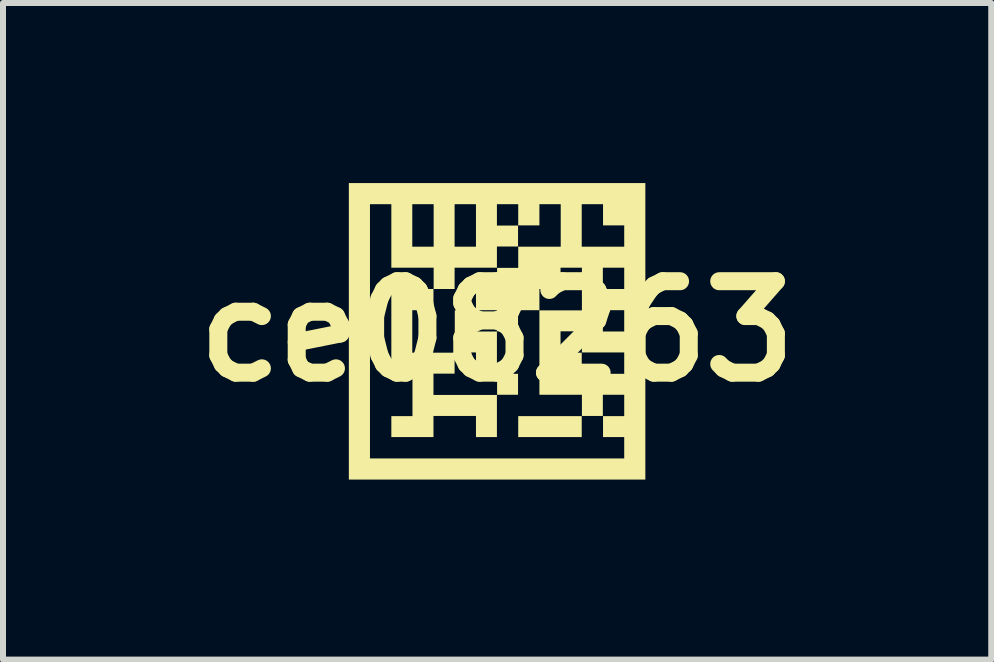
<source format=kicad_pcb>
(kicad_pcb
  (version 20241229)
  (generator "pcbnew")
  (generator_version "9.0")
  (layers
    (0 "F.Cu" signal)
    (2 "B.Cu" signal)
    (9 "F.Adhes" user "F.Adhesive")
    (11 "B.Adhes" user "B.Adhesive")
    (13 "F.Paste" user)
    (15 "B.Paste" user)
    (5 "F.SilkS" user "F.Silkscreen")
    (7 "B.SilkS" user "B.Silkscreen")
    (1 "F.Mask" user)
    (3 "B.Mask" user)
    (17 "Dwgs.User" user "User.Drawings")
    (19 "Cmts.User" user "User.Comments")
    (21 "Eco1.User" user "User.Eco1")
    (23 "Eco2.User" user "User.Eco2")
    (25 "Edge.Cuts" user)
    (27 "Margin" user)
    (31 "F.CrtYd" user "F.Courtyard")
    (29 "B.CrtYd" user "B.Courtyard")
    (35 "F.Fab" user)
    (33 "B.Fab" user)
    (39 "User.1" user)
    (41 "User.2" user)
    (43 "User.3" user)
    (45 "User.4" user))
  (footprint "ce08263"
    (layer "F.Cu")
    (at 5.232 2.47)
    (property "Reference" "ce08263" (at 0 0 0) (layer "F.SilkS") (effects (font (size 1.524 1.524) (thickness 0.3))))
    (attr through_hole)
    (fp_poly (pts (xy 0.349 1.057) (xy 0 1.057) (xy 0 0.708) (xy 0.349 0.708) (xy 0.349 1.057)) (stroke (width 0) (type solid)) (fill yes) (layer "F.SilkS"))
    (fp_poly (pts (xy 1.41 1.762) (xy 0.352 1.762) (xy 0.352 1.413) (xy 1.41 1.413) (xy 1.41 1.762)) (stroke (width 0) (type solid)) (fill yes) (layer "F.SilkS"))
    (fp_poly (pts (xy -0.356 0.003) (xy -0.003 0.003) (xy -0.003 0.705) (xy -0.352 0.705) (xy -0.352 0.352) (xy -0.705 0.352) (xy -0.705 -0.349) (xy -0.356 -0.349) (xy -0.356 0.003)) (stroke (width 0) (type solid)) (fill yes) (layer "F.SilkS"))
    (fp_poly (pts (xy -1.06 -0.352) (xy -1.413 -0.352) (xy -1.413 0.356) (xy -0.708 0.356) (xy -0.708 0.705) (xy -1.06 0.705) (xy -1.06 1.06) (xy -0.003 1.06) (xy -0.003 1.762) (xy -0.352 1.762) (xy -0.352 1.41) (xy -1.06 1.41) (xy -1.06 1.762) (xy -1.762 1.762) (xy -1.762 1.413) (xy -1.41 1.413) (xy -1.41 0.705) (xy -1.762 0.705) (xy -1.762 -0.705) (xy -1.06 -0.705) (xy -1.06 -0.352)) (stroke (width 0) (type solid)) (fill yes) (layer "F.SilkS"))
    (fp_poly (pts (xy 2.47 2.47) (xy -2.47 2.47) (xy -2.47 -2.118) (xy -2.118 -2.118) (xy -2.118 2.118) (xy 2.118 2.118) (xy 2.118 1.762) (xy 1.765 1.762) (xy 1.765 1.413) (xy 2.118 1.413) (xy 2.118 1.057) (xy 1.762 1.057) (xy 1.762 1.41) (xy 1.413 1.41) (xy 1.413 1.057) (xy 0.705 1.057) (xy 0.705 0) (xy 1.057 0) (xy 1.057 0.356) (xy 1.41 0.356) (xy 1.41 0.708) (xy 2.118 0.708) (xy 2.118 0.352) (xy 1.413 0.352) (xy 1.413 0) (xy 1.057 0) (xy 0.705 0) (xy 0.705 -0.349) (xy 1.413 -0.349) (xy 1.413 -0.352) (xy 1.762 -0.352) (xy 1.762 0.003) (xy 2.118 0.003) (xy 2.118 -0.352) (xy 1.762 -0.352) (xy 1.413 -0.352) (xy 1.413 -1.06) (xy 1.762 -1.06) (xy 1.762 -0.705) (xy 2.118 -0.705) (xy 2.118 -1.06) (xy 1.762 -1.06) (xy 1.413 -1.06) (xy 1.057 -1.06) (xy 1.057 -0.705) (xy 0.705 -0.705) (xy 0.705 -0.352) (xy 0.349 -0.352) (xy 0.349 0) (xy 0 0) (xy 0 -0.352) (xy -0.352 -0.352) (xy -0.352 -0.705) (xy 0 -0.705) (xy 0 -1.057) (xy 0.352 -1.057) (xy 0.352 -1.41) (xy 1.06 -1.41) (xy 1.06 -2.118) (xy 1.41 -2.118) (xy 1.41 -1.41) (xy 2.118 -1.41) (xy 2.118 -1.765) (xy 1.765 -1.765) (xy 1.765 -2.118) (xy 1.41 -2.118) (xy 1.06 -2.118) (xy 0.705 -2.118) (xy 0.705 -1.765) (xy 0.352 -1.765) (xy 0.352 -2.118) (xy -0.003 -2.118) (xy -0.003 -1.762) (xy 0.349 -1.762) (xy 0.349 -1.413) (xy -0.003 -1.413) (xy -0.003 -1.06) (xy -0.708 -1.06) (xy -0.708 -0.705) (xy -1.057 -0.705) (xy -1.057 -1.06) (xy -1.762 -1.06) (xy -1.762 -2.118) (xy -1.413 -2.118) (xy -1.413 -1.41) (xy -1.057 -1.41) (xy -1.057 -2.118) (xy -0.708 -2.118) (xy -0.708 -1.41) (xy -0.352 -1.41) (xy -0.352 -2.118) (xy -0.708 -2.118) (xy -1.057 -2.118) (xy -1.413 -2.118) (xy -1.762 -2.118) (xy -2.118 -2.118) (xy -2.47 -2.118) (xy -2.47 -2.47) (xy 2.47 -2.47) (xy 2.47 2.47)) (stroke (width 0) (type solid)) (fill yes) (layer "F.SilkS")))
  (gr_rect
    (start -3 -3)
    (end 13.465 7.94)
    (stroke (width 0.1) (type default))
    (fill no)
    (layer "Edge.Cuts")))
</source>
